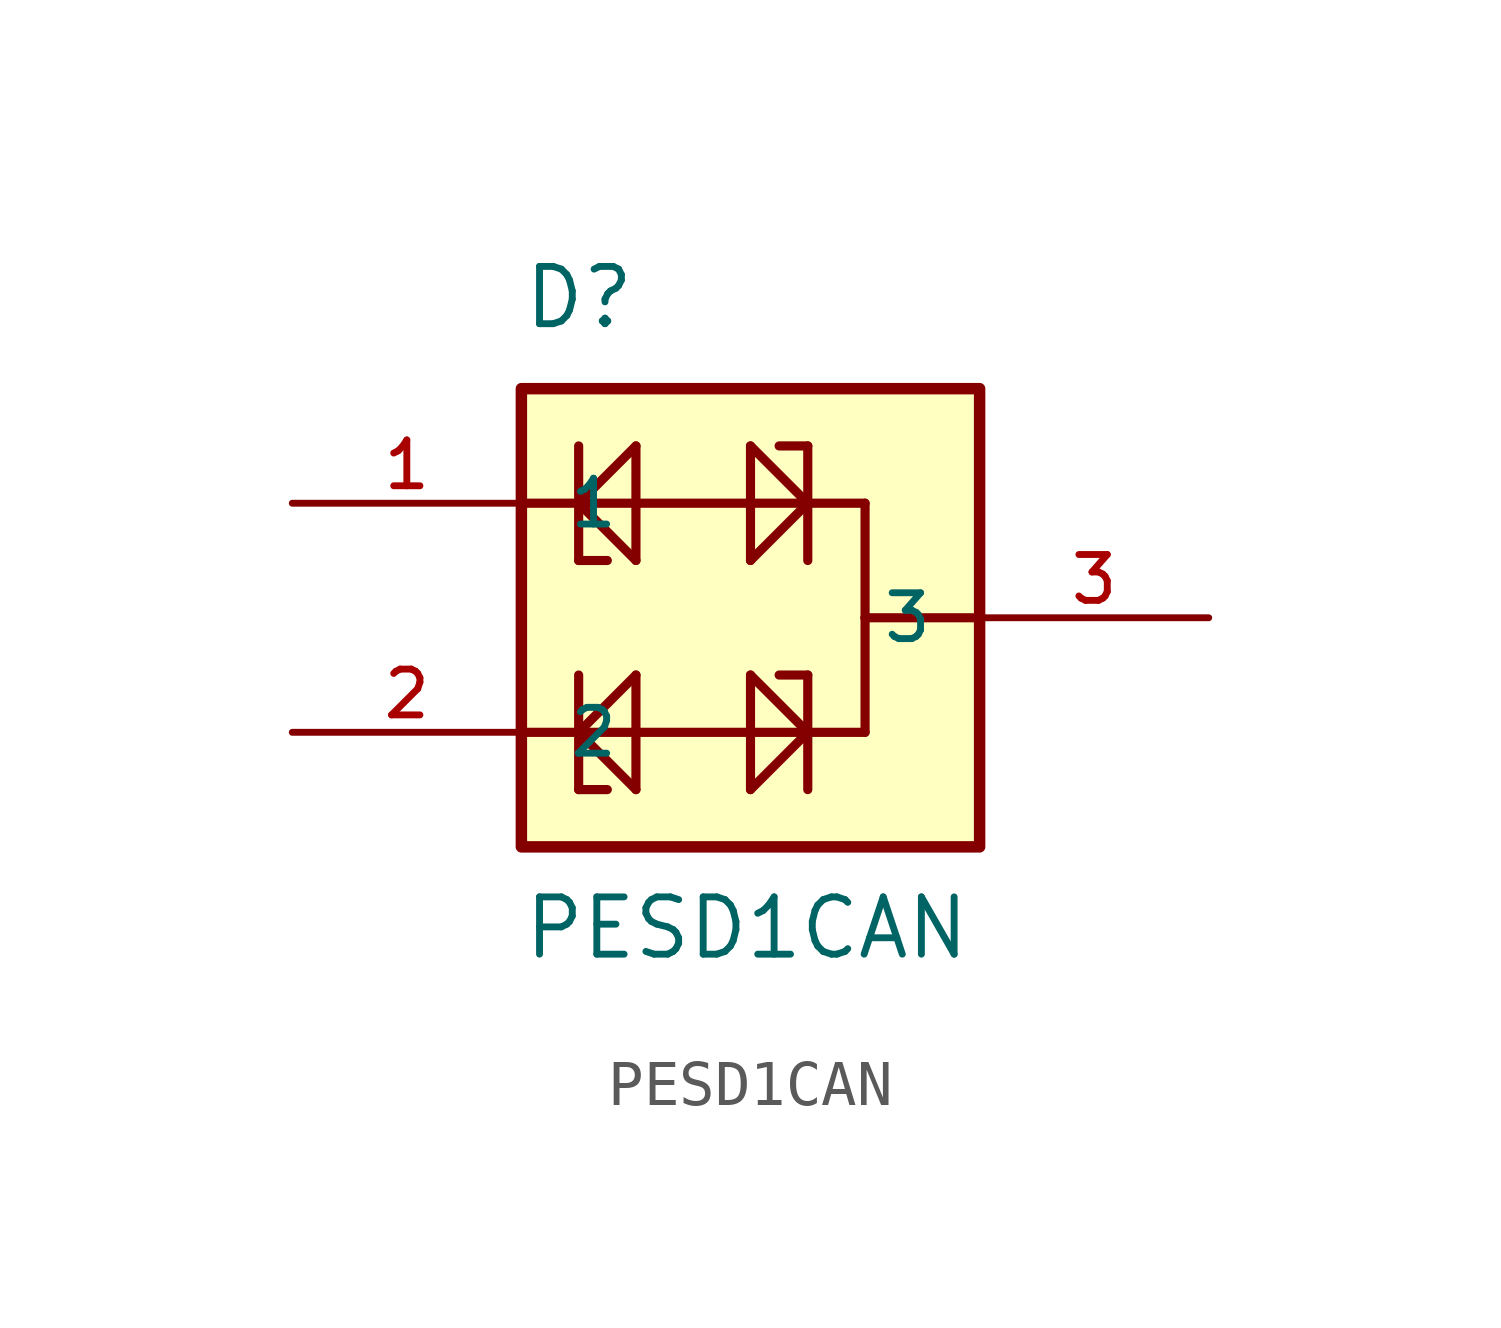
<source format=kicad_sym>
(kicad_symbol_lib
  (version 20231120)
  (generator "kicad_symbol_editor")
  (generator_version "8.0")
  (symbol "PESD1CAN"
    (pin_names
      (offset 1.016))
    (property "Reference" "D"
      (at 0 11.437 0)
      (effects (font (size 1.27 1.27)) (justify left bottom)))
    (property "Value" "PESD1CAN"
      (at 0 -2.542 0)
      (effects (font (size 1.27 1.27)) (justify left bottom)))
    (symbol "PESD1CAN_0_0"
      (polyline (pts (xy 0 2.54) (xy 1.27 2.54)) (stroke (width 0.203) (type default)) (fill (type none)))
      (polyline (pts (xy 0 7.62) (xy 1.27 7.62)) (stroke (width 0.203) (type default)) (fill (type none)))
      (polyline (pts (xy 1.27 1.27) (xy 1.905 1.27)) (stroke (width 0.203) (type default)) (fill (type none)))
      (polyline (pts (xy 1.27 2.54) (xy 1.27 1.27)) (stroke (width 0.203) (type default)) (fill (type none)))
      (polyline (pts (xy 1.27 2.54) (xy 2.54 3.81)) (stroke (width 0.203) (type default)) (fill (type none)))
      (polyline (pts (xy 1.27 2.54) (xy 6.35 2.54)) (stroke (width 0.203) (type default)) (fill (type none)))
      (polyline (pts (xy 1.27 3.81) (xy 1.27 2.54)) (stroke (width 0.203) (type default)) (fill (type none)))
      (polyline (pts (xy 1.27 6.35) (xy 1.905 6.35)) (stroke (width 0.203) (type default)) (fill (type none)))
      (polyline (pts (xy 1.27 7.62) (xy 1.27 6.35)) (stroke (width 0.203) (type default)) (fill (type none)))
      (polyline (pts (xy 1.27 7.62) (xy 2.54 8.89)) (stroke (width 0.203) (type default)) (fill (type none)))
      (polyline (pts (xy 1.27 7.62) (xy 6.35 7.62)) (stroke (width 0.203) (type default)) (fill (type none)))
      (polyline (pts (xy 1.27 8.89) (xy 1.27 7.62)) (stroke (width 0.203) (type default)) (fill (type none)))
      (polyline (pts (xy 2.54 1.27) (xy 1.27 2.54)) (stroke (width 0.203) (type default)) (fill (type none)))
      (polyline (pts (xy 2.54 3.81) (xy 2.54 1.27)) (stroke (width 0.203) (type default)) (fill (type none)))
      (polyline (pts (xy 2.54 6.35) (xy 1.27 7.62)) (stroke (width 0.203) (type default)) (fill (type none)))
      (polyline (pts (xy 2.54 8.89) (xy 2.54 6.35)) (stroke (width 0.203) (type default)) (fill (type none)))
      (polyline (pts (xy 5.08 1.27) (xy 6.35 2.54)) (stroke (width 0.203) (type default)) (fill (type none)))
      (polyline (pts (xy 5.08 3.81) (xy 5.08 1.27)) (stroke (width 0.203) (type default)) (fill (type none)))
      (polyline (pts (xy 5.08 6.35) (xy 6.35 7.62)) (stroke (width 0.203) (type default)) (fill (type none)))
      (polyline (pts (xy 5.08 8.89) (xy 5.08 6.35)) (stroke (width 0.203) (type default)) (fill (type none)))
      (polyline (pts (xy 6.35 1.27) (xy 6.35 2.54)) (stroke (width 0.203) (type default)) (fill (type none)))
      (polyline (pts (xy 6.35 2.54) (xy 5.08 3.81)) (stroke (width 0.203) (type default)) (fill (type none)))
      (polyline (pts (xy 6.35 2.54) (xy 6.35 3.81)) (stroke (width 0.203) (type default)) (fill (type none)))
      (polyline (pts (xy 6.35 2.54) (xy 7.62 2.54)) (stroke (width 0.203) (type default)) (fill (type none)))
      (polyline (pts (xy 6.35 3.81) (xy 5.715 3.81)) (stroke (width 0.203) (type default)) (fill (type none)))
      (polyline (pts (xy 6.35 6.35) (xy 6.35 7.62)) (stroke (width 0.203) (type default)) (fill (type none)))
      (polyline (pts (xy 6.35 7.62) (xy 5.08 8.89)) (stroke (width 0.203) (type default)) (fill (type none)))
      (polyline (pts (xy 6.35 7.62) (xy 6.35 8.89)) (stroke (width 0.203) (type default)) (fill (type none)))
      (polyline (pts (xy 6.35 7.62) (xy 7.62 7.62)) (stroke (width 0.203) (type default)) (fill (type none)))
      (polyline (pts (xy 6.35 8.89) (xy 5.715 8.89)) (stroke (width 0.203) (type default)) (fill (type none)))
      (polyline (pts (xy 7.62 5.08) (xy 7.62 2.54)) (stroke (width 0.203) (type default)) (fill (type none)))
      (polyline (pts (xy 7.62 5.08) (xy 10.16 5.08)) (stroke (width 0.203) (type default)) (fill (type none)))
      (polyline (pts (xy 7.62 7.62) (xy 7.62 5.08)) (stroke (width 0.203) (type default)) (fill (type none)))
      (rectangle (start 0 0) (end 10.16 10.16) (stroke (width 0.254) (type default)) (fill (type background)))
      (pin bidirectional line (at -5.08 7.62 0) (length 5.08) (name "1" (effects (font (size 1.016 1.016)))) (number "1" (effects (font (size 1.016 1.016)))))
      (pin bidirectional line (at -5.08 2.54 0) (length 5.08) (name "2" (effects (font (size 1.016 1.016)))) (number "2" (effects (font (size 1.016 1.016)))))
      (pin bidirectional line (at 15.24 5.08 180) (length 5.08) (name "3" (effects (font (size 1.016 1.016)))) (number "3" (effects (font (size 1.016 1.016))))))))
</source>
